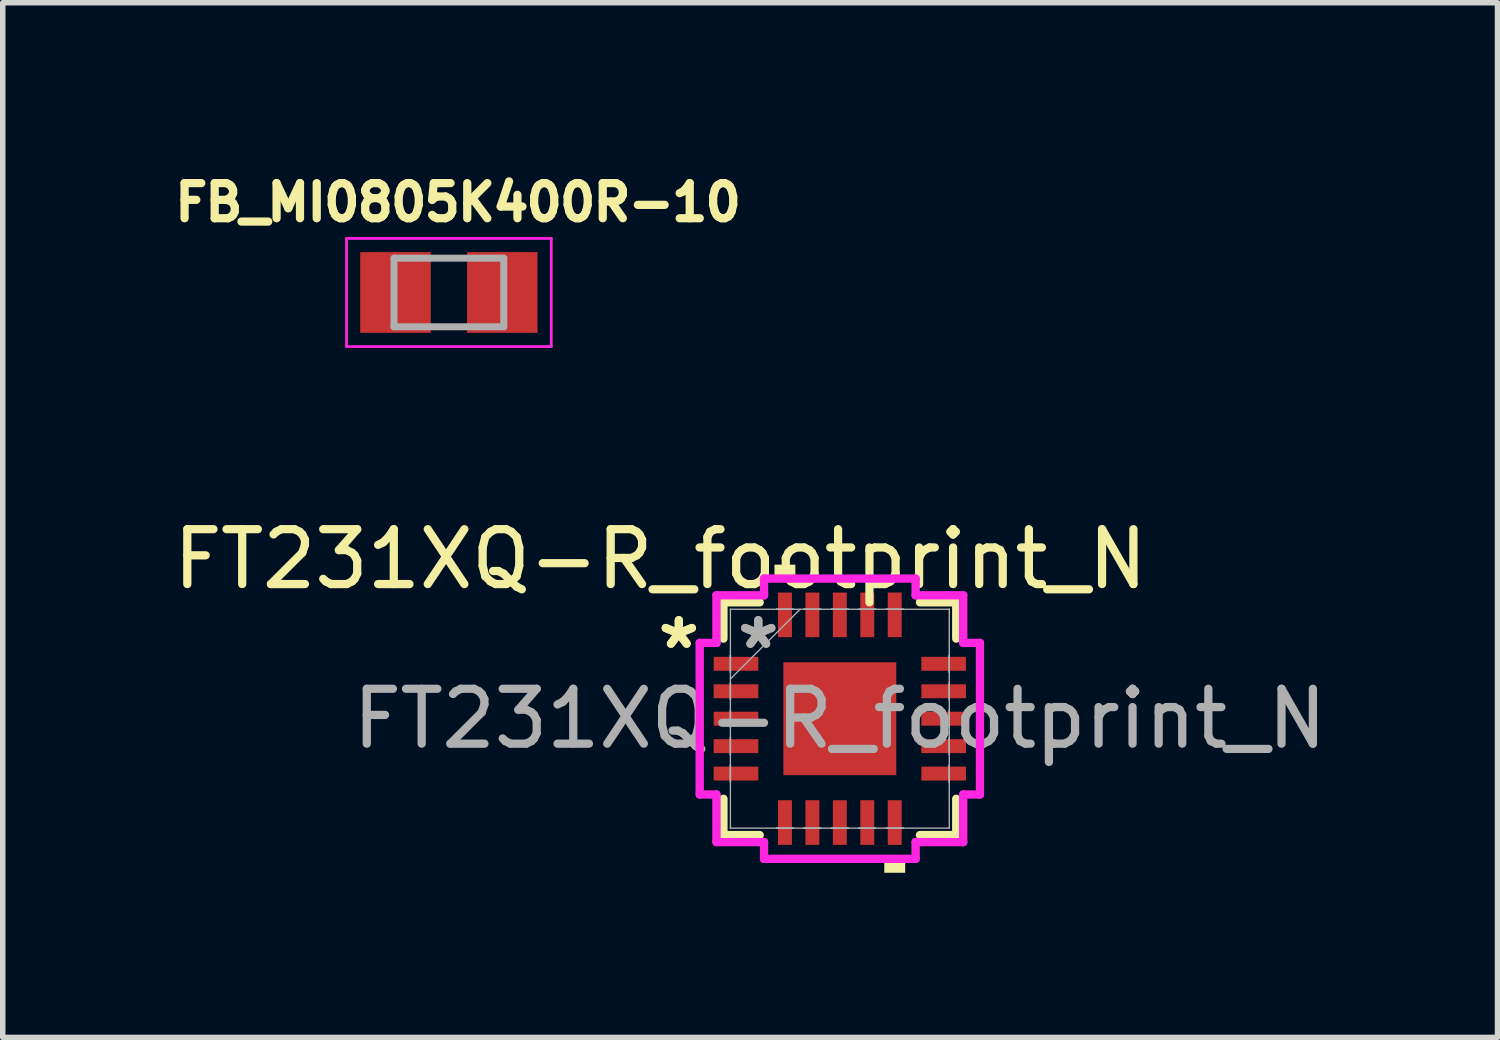
<source format=kicad_pcb>
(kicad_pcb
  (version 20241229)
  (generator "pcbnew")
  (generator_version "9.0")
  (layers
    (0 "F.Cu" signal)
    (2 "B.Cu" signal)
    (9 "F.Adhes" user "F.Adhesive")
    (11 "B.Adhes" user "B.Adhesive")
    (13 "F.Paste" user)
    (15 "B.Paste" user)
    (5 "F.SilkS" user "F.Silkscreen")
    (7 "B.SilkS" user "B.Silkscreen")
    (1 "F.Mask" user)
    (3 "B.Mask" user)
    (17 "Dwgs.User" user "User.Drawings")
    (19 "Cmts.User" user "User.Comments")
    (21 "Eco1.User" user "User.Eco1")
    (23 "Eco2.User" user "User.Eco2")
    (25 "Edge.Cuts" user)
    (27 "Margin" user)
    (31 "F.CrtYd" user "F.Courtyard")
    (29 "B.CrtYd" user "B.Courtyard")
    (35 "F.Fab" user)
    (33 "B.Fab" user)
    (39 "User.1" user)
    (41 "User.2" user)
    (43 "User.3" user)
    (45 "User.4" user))
  (footprint "FT231XQ-R_footprint_N"
    (layer "F.Cu")
    (at 12.252 10.045)
    (property "Reference" "FT231XQ-R_footprint_N" (at -3.27 -2.908 0) (unlocked yes) (layer "F.SilkS") (effects (font (size 1 1) (thickness 0.15))))
    (attr smd)
    (fp_line (start -2.121 -2.121) (end -2.121 -1.46) (stroke (width 0.152) (type solid)) (layer "F.SilkS"))
    (fp_line (start -2.121 1.46) (end -2.121 2.121) (stroke (width 0.152) (type solid)) (layer "F.SilkS"))
    (fp_line (start -2.121 2.121) (end -1.46 2.121) (stroke (width 0.152) (type solid)) (layer "F.SilkS"))
    (fp_line (start -1.46 -2.121) (end -2.121 -2.121) (stroke (width 0.152) (type solid)) (layer "F.SilkS"))
    (fp_line (start 1.46 2.121) (end 2.121 2.121) (stroke (width 0.152) (type solid)) (layer "F.SilkS"))
    (fp_line (start 2.121 -2.121) (end 1.46 -2.121) (stroke (width 0.152) (type solid)) (layer "F.SilkS"))
    (fp_line (start 2.121 -1.46) (end 2.121 -2.121) (stroke (width 0.152) (type solid)) (layer "F.SilkS"))
    (fp_line (start 2.121 2.121) (end 2.121 1.46) (stroke (width 0.152) (type solid)) (layer "F.SilkS"))
    (fp_poly (pts (xy -1.191 -2.553) (xy -1.191 -2.807) (xy -0.81 -2.807) (xy -0.81 -2.553)) (stroke (width 0) (type solid)) (fill yes) (layer "F.SilkS"))
    (fp_poly (pts (xy 0.81 2.553) (xy 0.81 2.807) (xy 1.191 2.807) (xy 1.191 2.553)) (stroke (width 0) (type solid)) (fill yes) (layer "F.SilkS"))
    (fp_line (start -2.553 -1.381) (end -2.248 -1.381) (stroke (width 0.152) (type solid)) (layer "F.CrtYd"))
    (fp_line (start -2.553 1.381) (end -2.553 -1.381) (stroke (width 0.152) (type solid)) (layer "F.CrtYd"))
    (fp_line (start -2.248 -2.248) (end -1.381 -2.248) (stroke (width 0.152) (type solid)) (layer "F.CrtYd"))
    (fp_line (start -2.248 -1.381) (end -2.248 -2.248) (stroke (width 0.152) (type solid)) (layer "F.CrtYd"))
    (fp_line (start -2.248 1.381) (end -2.553 1.381) (stroke (width 0.152) (type solid)) (layer "F.CrtYd"))
    (fp_line (start -2.248 2.248) (end -2.248 1.381) (stroke (width 0.152) (type solid)) (layer "F.CrtYd"))
    (fp_line (start -1.381 -2.553) (end 1.381 -2.553) (stroke (width 0.152) (type solid)) (layer "F.CrtYd"))
    (fp_line (start -1.381 -2.248) (end -1.381 -2.553) (stroke (width 0.152) (type solid)) (layer "F.CrtYd"))
    (fp_line (start -1.381 2.248) (end -2.248 2.248) (stroke (width 0.152) (type solid)) (layer "F.CrtYd"))
    (fp_line (start -1.381 2.553) (end -1.381 2.248) (stroke (width 0.152) (type solid)) (layer "F.CrtYd"))
    (fp_line (start 1.381 -2.553) (end 1.381 -2.248) (stroke (width 0.152) (type solid)) (layer "F.CrtYd"))
    (fp_line (start 1.381 -2.248) (end 2.248 -2.248) (stroke (width 0.152) (type solid)) (layer "F.CrtYd"))
    (fp_line (start 1.381 2.248) (end 1.381 2.553) (stroke (width 0.152) (type solid)) (layer "F.CrtYd"))
    (fp_line (start 1.381 2.553) (end -1.381 2.553) (stroke (width 0.152) (type solid)) (layer "F.CrtYd"))
    (fp_line (start 2.248 -2.248) (end 2.248 -1.381) (stroke (width 0.152) (type solid)) (layer "F.CrtYd"))
    (fp_line (start 2.248 -1.381) (end 2.553 -1.381) (stroke (width 0.152) (type solid)) (layer "F.CrtYd"))
    (fp_line (start 2.248 1.381) (end 2.248 2.248) (stroke (width 0.152) (type solid)) (layer "F.CrtYd"))
    (fp_line (start 2.248 2.248) (end 1.381 2.248) (stroke (width 0.152) (type solid)) (layer "F.CrtYd"))
    (fp_line (start 2.553 -1.381) (end 2.553 1.381) (stroke (width 0.152) (type solid)) (layer "F.CrtYd"))
    (fp_line (start 2.553 1.381) (end 2.248 1.381) (stroke (width 0.152) (type solid)) (layer "F.CrtYd"))
    (fp_line (start -1.994 -1.994) (end -1.994 -1.994) (stroke (width 0.025) (type solid)) (layer "F.Fab"))
    (fp_line (start -1.994 -1.994) (end -1.994 1.994) (stroke (width 0.025) (type solid)) (layer "F.Fab"))
    (fp_line (start -1.994 -1.152) (end -1.994 -1.152) (stroke (width 0.025) (type solid)) (layer "F.Fab"))
    (fp_line (start -1.994 -1.152) (end -1.994 -0.848) (stroke (width 0.025) (type solid)) (layer "F.Fab"))
    (fp_line (start -1.994 -0.848) (end -1.994 -1.152) (stroke (width 0.025) (type solid)) (layer "F.Fab"))
    (fp_line (start -1.994 -0.848) (end -1.994 -0.848) (stroke (width 0.025) (type solid)) (layer "F.Fab"))
    (fp_line (start -1.994 -0.724) (end -0.724 -1.994) (stroke (width 0.025) (type solid)) (layer "F.Fab"))
    (fp_line (start -1.994 -0.652) (end -1.994 -0.652) (stroke (width 0.025) (type solid)) (layer "F.Fab"))
    (fp_line (start -1.994 -0.652) (end -1.994 -0.348) (stroke (width 0.025) (type solid)) (layer "F.Fab"))
    (fp_line (start -1.994 -0.348) (end -1.994 -0.652) (stroke (width 0.025) (type solid)) (layer "F.Fab"))
    (fp_line (start -1.994 -0.348) (end -1.994 -0.348) (stroke (width 0.025) (type solid)) (layer "F.Fab"))
    (fp_line (start -1.994 -0.152) (end -1.994 -0.152) (stroke (width 0.025) (type solid)) (layer "F.Fab"))
    (fp_line (start -1.994 -0.152) (end -1.994 0.152) (stroke (width 0.025) (type solid)) (layer "F.Fab"))
    (fp_line (start -1.994 0.152) (end -1.994 -0.152) (stroke (width 0.025) (type solid)) (layer "F.Fab"))
    (fp_line (start -1.994 0.152) (end -1.994 0.152) (stroke (width 0.025) (type solid)) (layer "F.Fab"))
    (fp_line (start -1.994 0.348) (end -1.994 0.348) (stroke (width 0.025) (type solid)) (layer "F.Fab"))
    (fp_line (start -1.994 0.348) (end -1.994 0.652) (stroke (width 0.025) (type solid)) (layer "F.Fab"))
    (fp_line (start -1.994 0.652) (end -1.994 0.348) (stroke (width 0.025) (type solid)) (layer "F.Fab"))
    (fp_line (start -1.994 0.652) (end -1.994 0.652) (stroke (width 0.025) (type solid)) (layer "F.Fab"))
    (fp_line (start -1.994 0.848) (end -1.994 0.848) (stroke (width 0.025) (type solid)) (layer "F.Fab"))
    (fp_line (start -1.994 0.848) (end -1.994 1.152) (stroke (width 0.025) (type solid)) (layer "F.Fab"))
    (fp_line (start -1.994 1.152) (end -1.994 0.848) (stroke (width 0.025) (type solid)) (layer "F.Fab"))
    (fp_line (start -1.994 1.152) (end -1.994 1.152) (stroke (width 0.025) (type solid)) (layer "F.Fab"))
    (fp_line (start -1.994 1.994) (end -1.994 1.994) (stroke (width 0.025) (type solid)) (layer "F.Fab"))
    (fp_line (start -1.994 1.994) (end 1.994 1.994) (stroke (width 0.025) (type solid)) (layer "F.Fab"))
    (fp_line (start -1.152 -1.994) (end -1.152 -1.994) (stroke (width 0.025) (type solid)) (layer "F.Fab"))
    (fp_line (start -1.152 -1.994) (end -0.848 -1.994) (stroke (width 0.025) (type solid)) (layer "F.Fab"))
    (fp_line (start -1.152 1.994) (end -1.152 1.994) (stroke (width 0.025) (type solid)) (layer "F.Fab"))
    (fp_line (start -1.152 1.994) (end -0.848 1.994) (stroke (width 0.025) (type solid)) (layer "F.Fab"))
    (fp_line (start -0.848 -1.994) (end -1.152 -1.994) (stroke (width 0.025) (type solid)) (layer "F.Fab"))
    (fp_line (start -0.848 -1.994) (end -0.848 -1.994) (stroke (width 0.025) (type solid)) (layer "F.Fab"))
    (fp_line (start -0.848 1.994) (end -1.152 1.994) (stroke (width 0.025) (type solid)) (layer "F.Fab"))
    (fp_line (start -0.848 1.994) (end -0.848 1.994) (stroke (width 0.025) (type solid)) (layer "F.Fab"))
    (fp_line (start -0.652 -1.994) (end -0.652 -1.994) (stroke (width 0.025) (type solid)) (layer "F.Fab"))
    (fp_line (start -0.652 -1.994) (end -0.348 -1.994) (stroke (width 0.025) (type solid)) (layer "F.Fab"))
    (fp_line (start -0.652 1.994) (end -0.652 1.994) (stroke (width 0.025) (type solid)) (layer "F.Fab"))
    (fp_line (start -0.652 1.994) (end -0.348 1.994) (stroke (width 0.025) (type solid)) (layer "F.Fab"))
    (fp_line (start -0.348 -1.994) (end -0.652 -1.994) (stroke (width 0.025) (type solid)) (layer "F.Fab"))
    (fp_line (start -0.348 -1.994) (end -0.348 -1.994) (stroke (width 0.025) (type solid)) (layer "F.Fab"))
    (fp_line (start -0.348 1.994) (end -0.652 1.994) (stroke (width 0.025) (type solid)) (layer "F.Fab"))
    (fp_line (start -0.348 1.994) (end -0.348 1.994) (stroke (width 0.025) (type solid)) (layer "F.Fab"))
    (fp_line (start -0.152 -1.994) (end -0.152 -1.994) (stroke (width 0.025) (type solid)) (layer "F.Fab"))
    (fp_line (start -0.152 -1.994) (end 0.152 -1.994) (stroke (width 0.025) (type solid)) (layer "F.Fab"))
    (fp_line (start -0.152 1.994) (end -0.152 1.994) (stroke (width 0.025) (type solid)) (layer "F.Fab"))
    (fp_line (start -0.152 1.994) (end 0.152 1.994) (stroke (width 0.025) (type solid)) (layer "F.Fab"))
    (fp_line (start 0.152 -1.994) (end -0.152 -1.994) (stroke (width 0.025) (type solid)) (layer "F.Fab"))
    (fp_line (start 0.152 -1.994) (end 0.152 -1.994) (stroke (width 0.025) (type solid)) (layer "F.Fab"))
    (fp_line (start 0.152 1.994) (end -0.152 1.994) (stroke (width 0.025) (type solid)) (layer "F.Fab"))
    (fp_line (start 0.152 1.994) (end 0.152 1.994) (stroke (width 0.025) (type solid)) (layer "F.Fab"))
    (fp_line (start 0.348 -1.994) (end 0.348 -1.994) (stroke (width 0.025) (type solid)) (layer "F.Fab"))
    (fp_line (start 0.348 -1.994) (end 0.652 -1.994) (stroke (width 0.025) (type solid)) (layer "F.Fab"))
    (fp_line (start 0.348 1.994) (end 0.348 1.994) (stroke (width 0.025) (type solid)) (layer "F.Fab"))
    (fp_line (start 0.348 1.994) (end 0.652 1.994) (stroke (width 0.025) (type solid)) (layer "F.Fab"))
    (fp_line (start 0.652 -1.994) (end 0.348 -1.994) (stroke (width 0.025) (type solid)) (layer "F.Fab"))
    (fp_line (start 0.652 -1.994) (end 0.652 -1.994) (stroke (width 0.025) (type solid)) (layer "F.Fab"))
    (fp_line (start 0.652 1.994) (end 0.348 1.994) (stroke (width 0.025) (type solid)) (layer "F.Fab"))
    (fp_line (start 0.652 1.994) (end 0.652 1.994) (stroke (width 0.025) (type solid)) (layer "F.Fab"))
    (fp_line (start 0.848 -1.994) (end 0.848 -1.994) (stroke (width 0.025) (type solid)) (layer "F.Fab"))
    (fp_line (start 0.848 -1.994) (end 1.152 -1.994) (stroke (width 0.025) (type solid)) (layer "F.Fab"))
    (fp_line (start 0.848 1.994) (end 0.848 1.994) (stroke (width 0.025) (type solid)) (layer "F.Fab"))
    (fp_line (start 0.848 1.994) (end 1.152 1.994) (stroke (width 0.025) (type solid)) (layer "F.Fab"))
    (fp_line (start 1.152 -1.994) (end 0.848 -1.994) (stroke (width 0.025) (type solid)) (layer "F.Fab"))
    (fp_line (start 1.152 -1.994) (end 1.152 -1.994) (stroke (width 0.025) (type solid)) (layer "F.Fab"))
    (fp_line (start 1.152 1.994) (end 0.848 1.994) (stroke (width 0.025) (type solid)) (layer "F.Fab"))
    (fp_line (start 1.152 1.994) (end 1.152 1.994) (stroke (width 0.025) (type solid)) (layer "F.Fab"))
    (fp_line (start 1.994 -1.994) (end -1.994 -1.994) (stroke (width 0.025) (type solid)) (layer "F.Fab"))
    (fp_line (start 1.994 -1.994) (end 1.994 -1.994) (stroke (width 0.025) (type solid)) (layer "F.Fab"))
    (fp_line (start 1.994 -1.152) (end 1.994 -1.152) (stroke (width 0.025) (type solid)) (layer "F.Fab"))
    (fp_line (start 1.994 -1.152) (end 1.994 -0.848) (stroke (width 0.025) (type solid)) (layer "F.Fab"))
    (fp_line (start 1.994 -0.848) (end 1.994 -1.152) (stroke (width 0.025) (type solid)) (layer "F.Fab"))
    (fp_line (start 1.994 -0.848) (end 1.994 -0.848) (stroke (width 0.025) (type solid)) (layer "F.Fab"))
    (fp_line (start 1.994 -0.652) (end 1.994 -0.652) (stroke (width 0.025) (type solid)) (layer "F.Fab"))
    (fp_line (start 1.994 -0.652) (end 1.994 -0.348) (stroke (width 0.025) (type solid)) (layer "F.Fab"))
    (fp_line (start 1.994 -0.348) (end 1.994 -0.652) (stroke (width 0.025) (type solid)) (layer "F.Fab"))
    (fp_line (start 1.994 -0.348) (end 1.994 -0.348) (stroke (width 0.025) (type solid)) (layer "F.Fab"))
    (fp_line (start 1.994 -0.152) (end 1.994 -0.152) (stroke (width 0.025) (type solid)) (layer "F.Fab"))
    (fp_line (start 1.994 -0.152) (end 1.994 0.152) (stroke (width 0.025) (type solid)) (layer "F.Fab"))
    (fp_line (start 1.994 0.152) (end 1.994 -0.152) (stroke (width 0.025) (type solid)) (layer "F.Fab"))
    (fp_line (start 1.994 0.152) (end 1.994 0.152) (stroke (width 0.025) (type solid)) (layer "F.Fab"))
    (fp_line (start 1.994 0.348) (end 1.994 0.348) (stroke (width 0.025) (type solid)) (layer "F.Fab"))
    (fp_line (start 1.994 0.348) (end 1.994 0.652) (stroke (width 0.025) (type solid)) (layer "F.Fab"))
    (fp_line (start 1.994 0.652) (end 1.994 0.348) (stroke (width 0.025) (type solid)) (layer "F.Fab"))
    (fp_line (start 1.994 0.652) (end 1.994 0.652) (stroke (width 0.025) (type solid)) (layer "F.Fab"))
    (fp_line (start 1.994 0.848) (end 1.994 0.848) (stroke (width 0.025) (type solid)) (layer "F.Fab"))
    (fp_line (start 1.994 0.848) (end 1.994 1.152) (stroke (width 0.025) (type solid)) (layer "F.Fab"))
    (fp_line (start 1.994 1.152) (end 1.994 0.848) (stroke (width 0.025) (type solid)) (layer "F.Fab"))
    (fp_line (start 1.994 1.152) (end 1.994 1.152) (stroke (width 0.025) (type solid)) (layer "F.Fab"))
    (fp_line (start 1.994 1.994) (end 1.994 -1.994) (stroke (width 0.025) (type solid)) (layer "F.Fab"))
    (fp_line (start 1.994 1.994) (end 1.994 1.994) (stroke (width 0.025) (type solid)) (layer "F.Fab"))
    (fp_text user "*" (at -2.934 -1.25 0) (unlocked yes) (layer "F.SilkS") (effects (font (size 1 1) (thickness 0.15))))
    (fp_text user "*" (at -2.934 -1.25 0) (layer "F.SilkS") (effects (font (size 1 1) (thickness 0.15))))
    (fp_text user "*" (at -1.486 -1.25 0) (layer "F.Fab") (effects (font (size 1 1) (thickness 0.15))))
    (fp_text user "*" (at -1.486 -1.25 0) (unlocked yes) (layer "F.Fab") (effects (font (size 1 1) (thickness 0.15))))
    (fp_text user "${REFERENCE}" (at 0 0 0) (unlocked yes) (layer "F.Fab") (effects (font (size 1 1) (thickness 0.15))))
    (pad "1" smd rect (at -1.892 -1 90) (size 0.254 0.813) (layers "F.Cu" "F.Mask" "F.Paste"))
    (pad "2" smd rect (at -1.892 -0.5 90) (size 0.254 0.813) (layers "F.Cu" "F.Mask" "F.Paste"))
    (pad "3" smd rect (at -1.892 0 90) (size 0.254 0.813) (layers "F.Cu" "F.Mask" "F.Paste"))
    (pad "4" smd rect (at -1.892 0.5 90) (size 0.254 0.813) (layers "F.Cu" "F.Mask" "F.Paste"))
    (pad "5" smd rect (at -1.892 1 90) (size 0.254 0.813) (layers "F.Cu" "F.Mask" "F.Paste"))
    (pad "6" smd rect (at -1 1.892) (size 0.254 0.813) (layers "F.Cu" "F.Mask" "F.Paste"))
    (pad "7" smd rect (at -0.5 1.892) (size 0.254 0.813) (layers "F.Cu" "F.Mask" "F.Paste"))
    (pad "8" smd rect (at 0 1.892) (size 0.254 0.813) (layers "F.Cu" "F.Mask" "F.Paste"))
    (pad "9" smd rect (at 0.5 1.892) (size 0.254 0.813) (layers "F.Cu" "F.Mask" "F.Paste"))
    (pad "10" smd rect (at 1 1.892) (size 0.254 0.813) (layers "F.Cu" "F.Mask" "F.Paste"))
    (pad "11" smd rect (at 1.892 1 90) (size 0.254 0.813) (layers "F.Cu" "F.Mask" "F.Paste"))
    (pad "12" smd rect (at 1.892 0.5 90) (size 0.254 0.813) (layers "F.Cu" "F.Mask" "F.Paste"))
    (pad "13" smd rect (at 1.892 0 90) (size 0.254 0.813) (layers "F.Cu" "F.Mask" "F.Paste"))
    (pad "14" smd rect (at 1.892 -0.5 90) (size 0.254 0.813) (layers "F.Cu" "F.Mask" "F.Paste"))
    (pad "15" smd rect (at 1.892 -1 90) (size 0.254 0.813) (layers "F.Cu" "F.Mask" "F.Paste"))
    (pad "16" smd rect (at 1 -1.892) (size 0.254 0.813) (layers "F.Cu" "F.Mask" "F.Paste"))
    (pad "17" smd rect (at 0.5 -1.892) (size 0.254 0.813) (layers "F.Cu" "F.Mask" "F.Paste"))
    (pad "18" smd rect (at 0 -1.892) (size 0.254 0.813) (layers "F.Cu" "F.Mask" "F.Paste"))
    (pad "19" smd rect (at -0.5 -1.892) (size 0.254 0.813) (layers "F.Cu" "F.Mask" "F.Paste"))
    (pad "20" smd rect (at -1 -1.892) (size 0.254 0.813) (layers "F.Cu" "F.Mask" "F.Paste"))
    (pad "21" smd rect (at 0 0) (size 2.057 2.057) (layers "F.Cu" "F.Mask" "F.Paste")))
  (footprint "FB_MI0805K400R-10"
    (layer "F.Cu")
    (at 5.129 2.279)
    (property "Reference" "FB_MI0805K400R-10" (at 0.167 -1.641 0) (layer "F.SilkS") (effects (font (size 0.64 0.64) (thickness 0.15))))
    (attr smd)
    (fp_line (start -1.865 -0.985) (end -1.865 0.985) (stroke (width 0.05) (type solid)) (layer "F.CrtYd"))
    (fp_line (start -1.865 0.985) (end 1.865 0.985) (stroke (width 0.05) (type solid)) (layer "F.CrtYd"))
    (fp_line (start 1.865 -0.985) (end -1.865 -0.985) (stroke (width 0.05) (type solid)) (layer "F.CrtYd"))
    (fp_line (start 1.865 0.985) (end 1.865 -0.985) (stroke (width 0.05) (type solid)) (layer "F.CrtYd"))
    (fp_line (start -1 -0.625) (end -1 0.625) (stroke (width 0.127) (type solid)) (layer "F.Fab"))
    (fp_line (start -1 -0.625) (end 1 -0.625) (stroke (width 0.127) (type solid)) (layer "F.Fab"))
    (fp_line (start -1 0.625) (end 1 0.625) (stroke (width 0.127) (type solid)) (layer "F.Fab"))
    (fp_line (start 1 -0.625) (end 1 0.625) (stroke (width 0.127) (type solid)) (layer "F.Fab"))
    (pad "1" smd rect (at -0.973 0) (size 1.285 1.47) (layers "F.Cu" "F.Mask" "F.Paste"))
    (pad "2" smd rect (at 0.973 0) (size 1.285 1.47) (layers "F.Cu" "F.Mask" "F.Paste")))
  (gr_rect
    (start -3 -3)
    (end 24.235 15.852)
    (stroke (width 0.1) (type default))
    (fill no)
    (layer "Edge.Cuts")))
</source>
